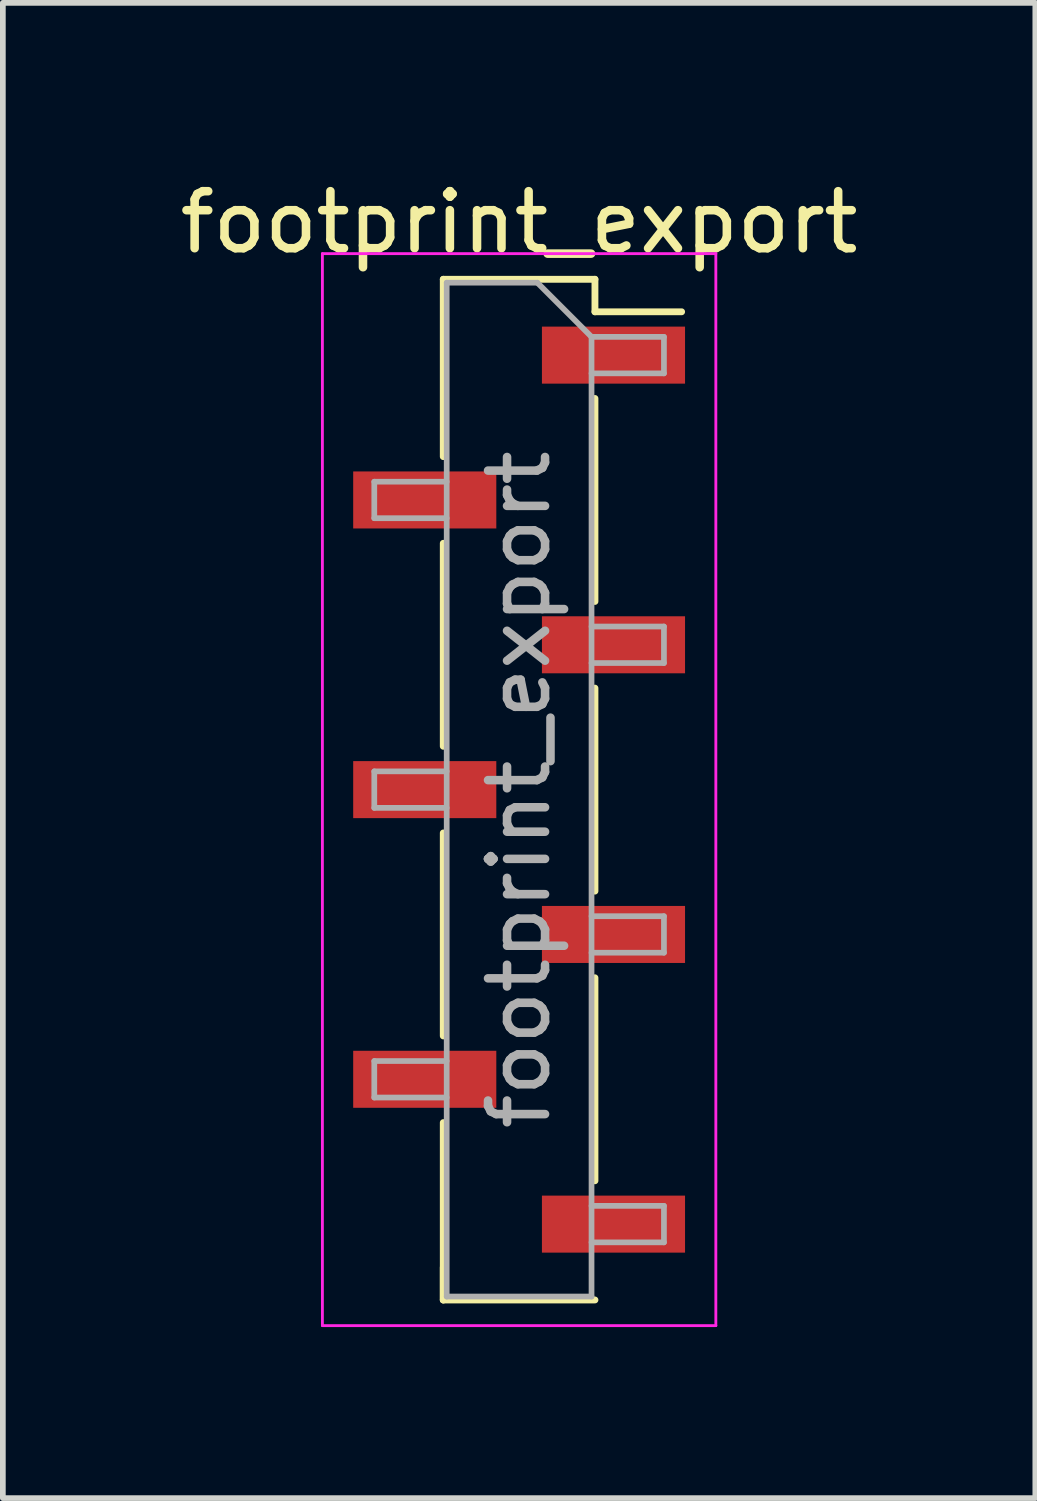
<source format=kicad_pcb>
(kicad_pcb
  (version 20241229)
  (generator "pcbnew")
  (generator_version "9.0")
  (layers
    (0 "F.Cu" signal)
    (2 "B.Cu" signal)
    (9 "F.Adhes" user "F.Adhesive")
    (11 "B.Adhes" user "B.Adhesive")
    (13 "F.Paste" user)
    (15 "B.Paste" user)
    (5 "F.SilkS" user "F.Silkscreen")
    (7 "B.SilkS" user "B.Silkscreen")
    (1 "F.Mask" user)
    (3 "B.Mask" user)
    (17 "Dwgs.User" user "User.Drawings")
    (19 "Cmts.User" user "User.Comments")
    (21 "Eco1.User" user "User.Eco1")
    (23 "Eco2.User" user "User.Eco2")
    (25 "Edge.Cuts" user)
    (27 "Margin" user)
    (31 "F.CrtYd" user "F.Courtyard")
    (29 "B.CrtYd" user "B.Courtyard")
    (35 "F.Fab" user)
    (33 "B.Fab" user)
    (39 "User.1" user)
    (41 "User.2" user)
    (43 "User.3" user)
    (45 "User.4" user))
  (footprint "footprint_export"
    (layer "F.Cu")
    (at 6.054 10.798)
    (property "Reference" "footprint_export" (at 0 -9.95 0) (layer "F.SilkS") (effects (font (size 1 1) (thickness 0.15))))
    (attr smd)
    (fp_line (start -1.33 -8.95) (end -1.33 -5.84) (stroke (width 0.12) (type solid)) (layer "F.SilkS"))
    (fp_line (start -1.33 -8.95) (end 1.33 -8.95) (stroke (width 0.12) (type solid)) (layer "F.SilkS"))
    (fp_line (start -1.33 -4.32) (end -1.33 -0.76) (stroke (width 0.12) (type solid)) (layer "F.SilkS"))
    (fp_line (start -1.33 0.76) (end -1.33 4.32) (stroke (width 0.12) (type solid)) (layer "F.SilkS"))
    (fp_line (start -1.33 5.84) (end -1.33 8.95) (stroke (width 0.12) (type solid)) (layer "F.SilkS"))
    (fp_line (start -1.33 8.38) (end -1.33 8.95) (stroke (width 0.12) (type solid)) (layer "F.SilkS"))
    (fp_line (start -1.33 8.95) (end 1.33 8.95) (stroke (width 0.12) (type solid)) (layer "F.SilkS"))
    (fp_line (start 1.33 -8.95) (end 1.33 -8.38) (stroke (width 0.12) (type solid)) (layer "F.SilkS"))
    (fp_line (start 1.33 -8.38) (end 2.85 -8.38) (stroke (width 0.12) (type solid)) (layer "F.SilkS"))
    (fp_line (start 1.33 -6.86) (end 1.33 -3.3) (stroke (width 0.12) (type solid)) (layer "F.SilkS"))
    (fp_line (start 1.33 -1.78) (end 1.33 1.78) (stroke (width 0.12) (type solid)) (layer "F.SilkS"))
    (fp_line (start 1.33 3.3) (end 1.33 6.86) (stroke (width 0.12) (type solid)) (layer "F.SilkS"))
    (fp_line (start -3.45 -9.4) (end -3.45 9.4) (stroke (width 0.05) (type solid)) (layer "F.CrtYd"))
    (fp_line (start -3.45 9.4) (end 3.45 9.4) (stroke (width 0.05) (type solid)) (layer "F.CrtYd"))
    (fp_line (start 3.45 -9.4) (end -3.45 -9.4) (stroke (width 0.05) (type solid)) (layer "F.CrtYd"))
    (fp_line (start 3.45 9.4) (end 3.45 -9.4) (stroke (width 0.05) (type solid)) (layer "F.CrtYd"))
    (fp_line (start -2.54 -5.4) (end -2.54 -4.76) (stroke (width 0.1) (type solid)) (layer "F.Fab"))
    (fp_line (start -2.54 -4.76) (end -1.27 -4.76) (stroke (width 0.1) (type solid)) (layer "F.Fab"))
    (fp_line (start -2.54 -0.32) (end -2.54 0.32) (stroke (width 0.1) (type solid)) (layer "F.Fab"))
    (fp_line (start -2.54 0.32) (end -1.27 0.32) (stroke (width 0.1) (type solid)) (layer "F.Fab"))
    (fp_line (start -2.54 4.76) (end -2.54 5.4) (stroke (width 0.1) (type solid)) (layer "F.Fab"))
    (fp_line (start -2.54 5.4) (end -1.27 5.4) (stroke (width 0.1) (type solid)) (layer "F.Fab"))
    (fp_line (start -1.27 -8.89) (end -1.27 8.89) (stroke (width 0.1) (type solid)) (layer "F.Fab"))
    (fp_line (start -1.27 -8.89) (end 0.32 -8.89) (stroke (width 0.1) (type solid)) (layer "F.Fab"))
    (fp_line (start -1.27 -5.4) (end -2.54 -5.4) (stroke (width 0.1) (type solid)) (layer "F.Fab"))
    (fp_line (start -1.27 -0.32) (end -2.54 -0.32) (stroke (width 0.1) (type solid)) (layer "F.Fab"))
    (fp_line (start -1.27 4.76) (end -2.54 4.76) (stroke (width 0.1) (type solid)) (layer "F.Fab"))
    (fp_line (start 1.27 -7.94) (end 0.32 -8.89) (stroke (width 0.1) (type solid)) (layer "F.Fab"))
    (fp_line (start 1.27 -7.94) (end 2.54 -7.94) (stroke (width 0.1) (type solid)) (layer "F.Fab"))
    (fp_line (start 1.27 -2.86) (end 2.54 -2.86) (stroke (width 0.1) (type solid)) (layer "F.Fab"))
    (fp_line (start 1.27 2.22) (end 2.54 2.22) (stroke (width 0.1) (type solid)) (layer "F.Fab"))
    (fp_line (start 1.27 7.3) (end 2.54 7.3) (stroke (width 0.1) (type solid)) (layer "F.Fab"))
    (fp_line (start 1.27 8.89) (end -1.27 8.89) (stroke (width 0.1) (type solid)) (layer "F.Fab"))
    (fp_line (start 1.27 8.89) (end 1.27 -7.94) (stroke (width 0.1) (type solid)) (layer "F.Fab"))
    (fp_line (start 2.54 -7.94) (end 2.54 -7.3) (stroke (width 0.1) (type solid)) (layer "F.Fab"))
    (fp_line (start 2.54 -7.3) (end 1.27 -7.3) (stroke (width 0.1) (type solid)) (layer "F.Fab"))
    (fp_line (start 2.54 -2.86) (end 2.54 -2.22) (stroke (width 0.1) (type solid)) (layer "F.Fab"))
    (fp_line (start 2.54 -2.22) (end 1.27 -2.22) (stroke (width 0.1) (type solid)) (layer "F.Fab"))
    (fp_line (start 2.54 2.22) (end 2.54 2.86) (stroke (width 0.1) (type solid)) (layer "F.Fab"))
    (fp_line (start 2.54 2.86) (end 1.27 2.86) (stroke (width 0.1) (type solid)) (layer "F.Fab"))
    (fp_line (start 2.54 7.3) (end 2.54 7.94) (stroke (width 0.1) (type solid)) (layer "F.Fab"))
    (fp_line (start 2.54 7.94) (end 1.27 7.94) (stroke (width 0.1) (type solid)) (layer "F.Fab"))
    (fp_text user "${REFERENCE}" (at 0 0 90) (layer "F.Fab") (effects (font (size 1 1) (thickness 0.15))))
    (pad "1" smd rect (at 1.655 -7.62) (size 2.51 1) (layers "F.Cu" "F.Mask" "F.Paste"))
    (pad "2" smd rect (at -1.655 -5.08) (size 2.51 1) (layers "F.Cu" "F.Mask" "F.Paste"))
    (pad "3" smd rect (at 1.655 -2.54) (size 2.51 1) (layers "F.Cu" "F.Mask" "F.Paste"))
    (pad "4" smd rect (at -1.655 0) (size 2.51 1) (layers "F.Cu" "F.Mask" "F.Paste"))
    (pad "5" smd rect (at 1.655 2.54) (size 2.51 1) (layers "F.Cu" "F.Mask" "F.Paste"))
    (pad "6" smd rect (at -1.655 5.08) (size 2.51 1) (layers "F.Cu" "F.Mask" "F.Paste"))
    (pad "7" smd rect (at 1.655 7.62) (size 2.51 1) (layers "F.Cu" "F.Mask" "F.Paste")))
  (gr_rect
    (start -3 -3)
    (end 15.107 23.223)
    (stroke (width 0.1) (type default))
    (fill no)
    (layer "Edge.Cuts")))
</source>
